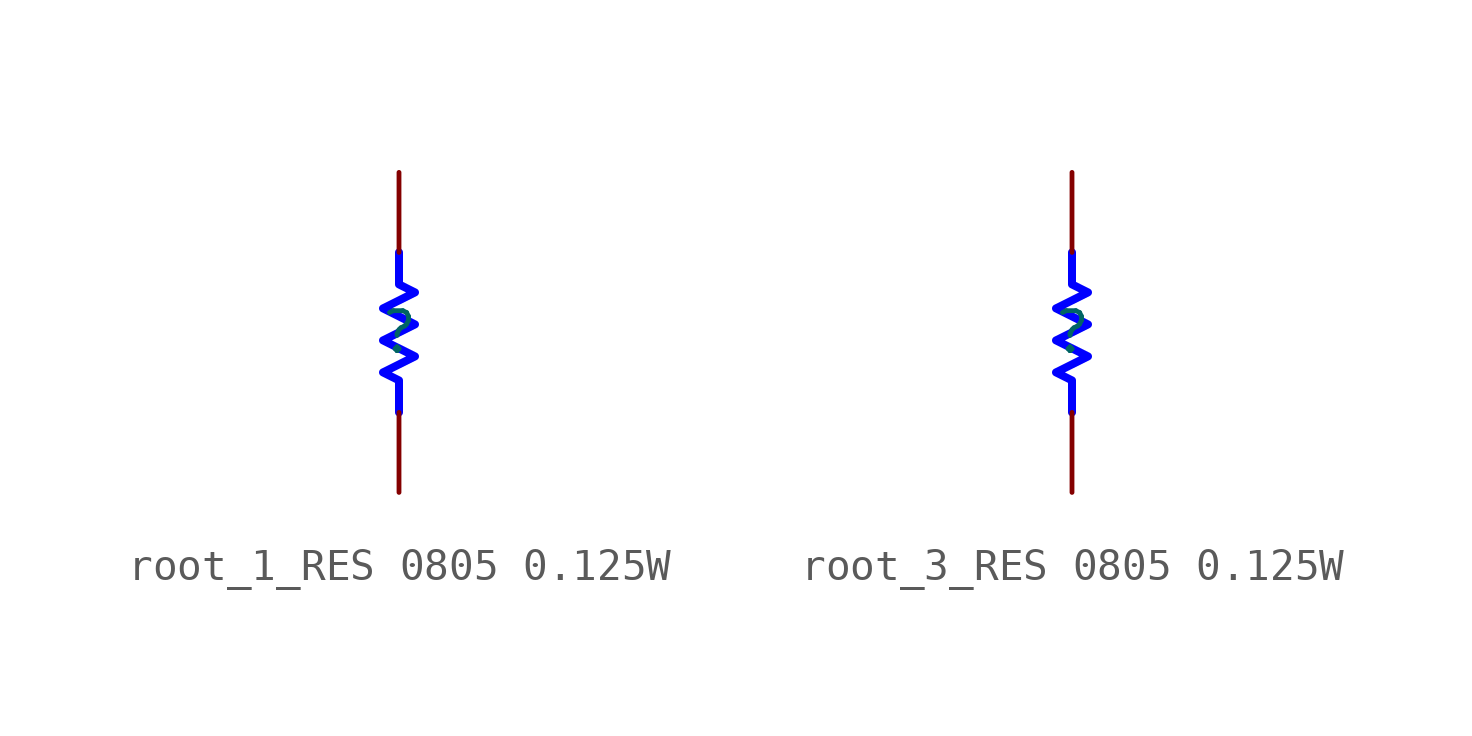
<source format=kicad_sym>
(kicad_symbol_lib
  (version 20220914)
  (generator kicad_symbol_editor)
  (symbol "root_1_RES 0805 0.125W"
    (property "Reference" ""
      (at 0 0 0)
      (effects (font (size 1.27 1.27))))
    (property "Value" ""
      (at 0 0 0)
      (effects (font (size 1.27 1.27))))
    (symbol "root_1_RES 0805 0.125W_1_0"
      (polyline (pts (xy 0 -2.54) (xy 0 -1.524) (xy -0.508 -1.27) (xy 0.508 -0.762) (xy -0.508 -0.254) (xy 0.508 0.254) (xy -0.508 0.762) (xy 0.508 1.27) (xy 0 1.524) (xy 0 2.54)) (stroke (width 0.254) (type solid) (color 0 0 255 1)) (fill (type none)))
      (pin passive line (at 0 5.08 270) (length 2.54) (name "1" (effects (font (size 0 0)))) (number "1" (effects (font (size 0 0)))))
      (pin passive line (at 0 -5.08 90) (length 2.54) (name "2" (effects (font (size 0 0)))) (number "2" (effects (font (size 0 0)))))))
  (symbol "root_3_RES 0805 0.125W"
    (property "Reference" ""
      (at 0 0 0)
      (effects (font (size 1.27 1.27))))
    (property "Value" ""
      (at 0 0 0)
      (effects (font (size 1.27 1.27))))
    (symbol "root_3_RES 0805 0.125W_1_0"
      (polyline (pts (xy 0 2.54) (xy 0 1.524) (xy 0.508 1.27) (xy -0.508 0.762) (xy 0.508 0.254) (xy -0.508 -0.254) (xy 0.508 -0.762) (xy -0.508 -1.27) (xy 0 -1.524) (xy 0 -2.54)) (stroke (width 0.254) (type solid) (color 0 0 255 1)) (fill (type none)))
      (pin passive line (at 0 -5.08 90) (length 2.54) (name "1" (effects (font (size 0 0)))) (number "1" (effects (font (size 0 0)))))
      (pin passive line (at 0 5.08 270) (length 2.54) (name "2" (effects (font (size 0 0)))) (number "2" (effects (font (size 0 0))))))))
</source>
